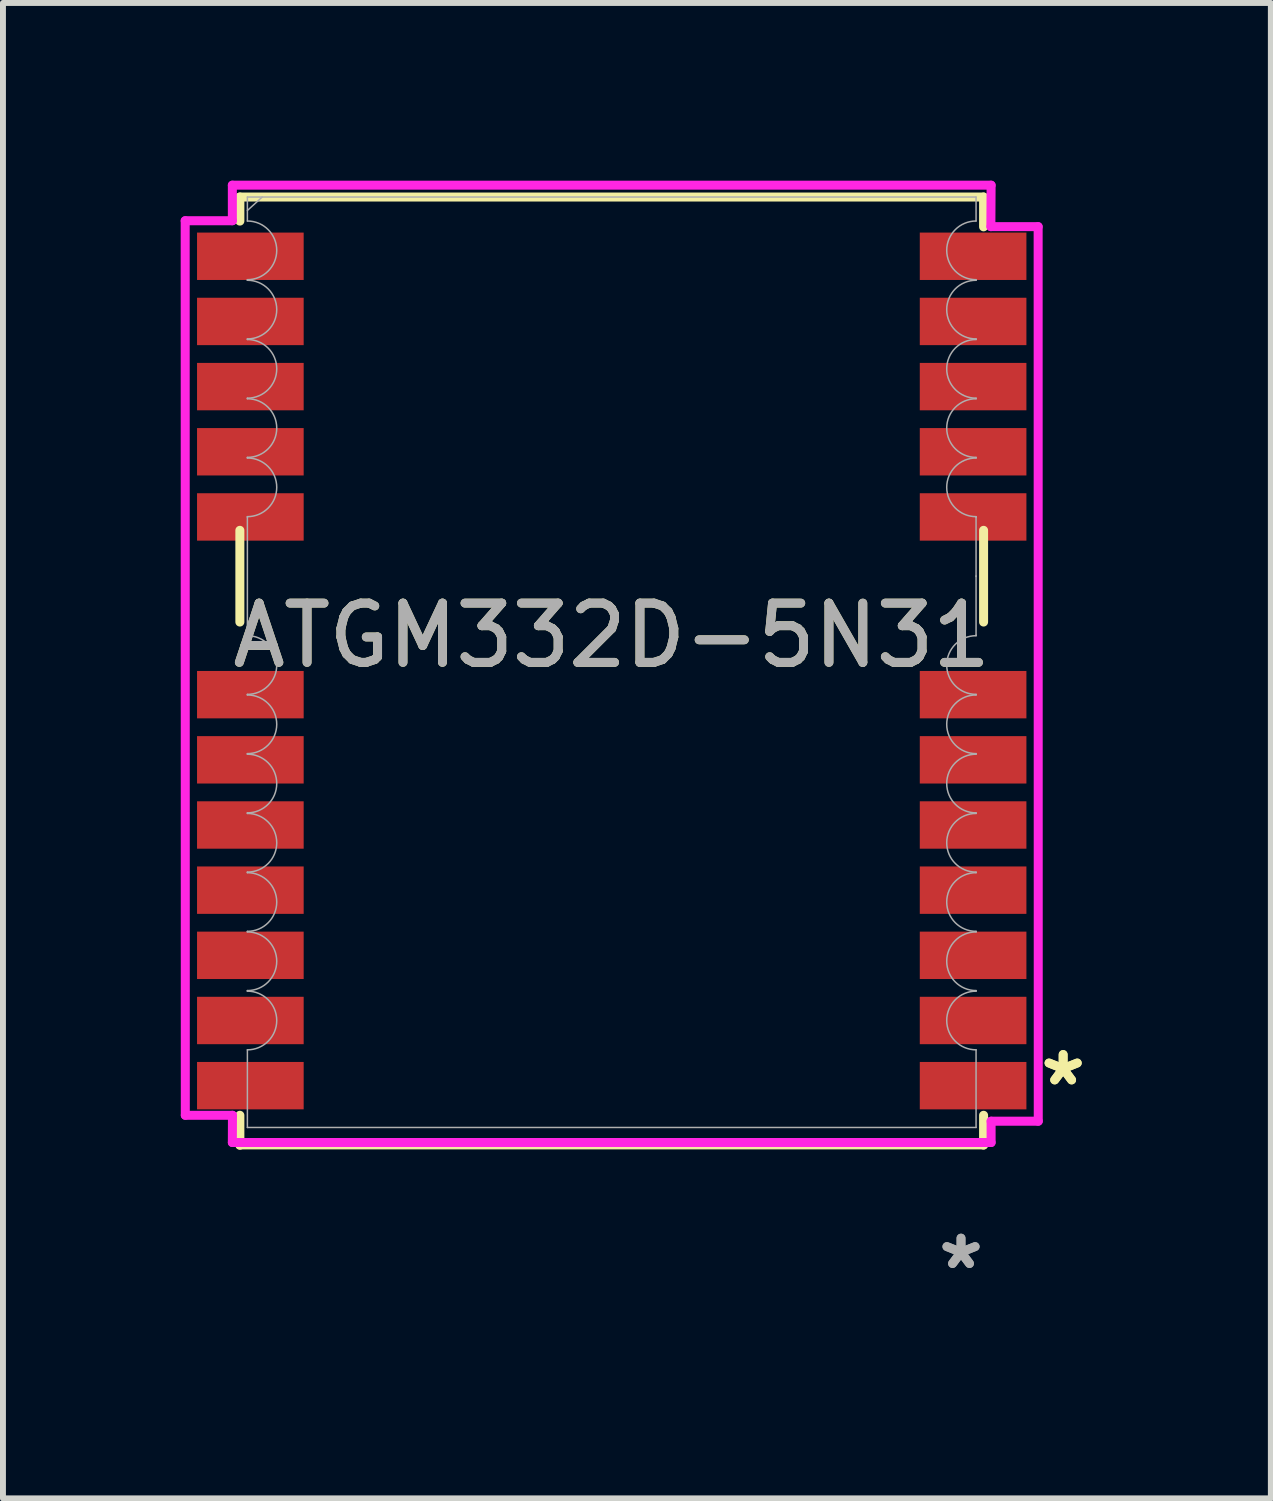
<source format=kicad_pcb>
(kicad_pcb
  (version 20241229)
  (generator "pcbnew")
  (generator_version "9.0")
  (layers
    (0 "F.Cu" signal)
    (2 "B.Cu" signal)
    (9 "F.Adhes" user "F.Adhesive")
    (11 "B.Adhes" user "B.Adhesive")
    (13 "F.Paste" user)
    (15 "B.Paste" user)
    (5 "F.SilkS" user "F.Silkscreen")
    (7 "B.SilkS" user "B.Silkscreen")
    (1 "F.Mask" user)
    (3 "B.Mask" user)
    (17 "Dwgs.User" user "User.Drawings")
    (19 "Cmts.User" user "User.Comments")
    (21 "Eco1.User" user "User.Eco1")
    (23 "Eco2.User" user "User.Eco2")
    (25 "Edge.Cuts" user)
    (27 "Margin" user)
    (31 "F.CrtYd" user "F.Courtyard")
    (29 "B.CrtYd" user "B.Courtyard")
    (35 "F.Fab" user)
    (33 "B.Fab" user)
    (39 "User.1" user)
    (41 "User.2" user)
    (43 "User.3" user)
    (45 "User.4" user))
  (footprint "ATGM332D-5N31"
    (layer "F.Cu")
    (at 7.276 7.676)
    (property "Reference" "ATGM332D-5N31" (at 0 0 0) (unlocked yes) (layer "F.SilkS") (effects (font (size 1 1) (thickness 0.15))))
    (attr smd)
    (fp_line (start -6.277 -6.994) (end -6.277 -7.4) (stroke (width 0.152) (type solid)) (layer "F.SilkS"))
    (fp_line (start -6.277 -1.774) (end -6.277 -0.226) (stroke (width 0.152) (type solid)) (layer "F.SilkS"))
    (fp_line (start -6.277 8.1) (end -6.277 8.606) (stroke (width 0.152) (type solid)) (layer "F.SilkS"))
    (fp_line (start -6.277 8.6) (end 6.277 8.6) (stroke (width 0.152) (type solid)) (layer "F.SilkS"))
    (fp_line (start 6.277 -7.4) (end -6.277 -7.4) (stroke (width 0.152) (type solid)) (layer "F.SilkS"))
    (fp_line (start 6.277 -6.897) (end 6.277 -7.4) (stroke (width 0.152) (type solid)) (layer "F.SilkS"))
    (fp_line (start 6.277 -0.226) (end 6.277 -1.774) (stroke (width 0.152) (type solid)) (layer "F.SilkS"))
    (fp_line (start 6.277 8.603) (end 6.277 8.1) (stroke (width 0.152) (type solid)) (layer "F.SilkS"))
    (fp_line (start -7.2 -7) (end -6.404 -7) (stroke (width 0.152) (type solid)) (layer "F.CrtYd"))
    (fp_line (start -7.198 8.1) (end -7.2 -7) (stroke (width 0.152) (type solid)) (layer "F.CrtYd"))
    (fp_line (start -7.198 8.1) (end -6.402 8.1) (stroke (width 0.152) (type solid)) (layer "F.CrtYd"))
    (fp_line (start -6.404 -7.6) (end 6.404 -7.6) (stroke (width 0.152) (type solid)) (layer "F.CrtYd"))
    (fp_line (start -6.404 -7) (end -6.404 -7.6) (stroke (width 0.152) (type solid)) (layer "F.CrtYd"))
    (fp_line (start -6.404 8.56) (end -6.402 8.1) (stroke (width 0.152) (type solid)) (layer "F.CrtYd"))
    (fp_line (start 6.404 -7.6) (end 6.4 -6.9) (stroke (width 0.152) (type solid)) (layer "F.CrtYd"))
    (fp_line (start 6.404 8.2) (end 6.404 8.56) (stroke (width 0.152) (type solid)) (layer "F.CrtYd"))
    (fp_line (start 6.404 8.56) (end -6.404 8.56) (stroke (width 0.152) (type solid)) (layer "F.CrtYd"))
    (fp_line (start 7.198 -6.9) (end 6.402 -6.9) (stroke (width 0.152) (type solid)) (layer "F.CrtYd"))
    (fp_line (start 7.198 -6.9) (end 7.2 8.2) (stroke (width 0.152) (type solid)) (layer "F.CrtYd"))
    (fp_line (start 7.2 8.2) (end 6.404 8.2) (stroke (width 0.152) (type solid)) (layer "F.CrtYd"))
    (fp_line (start -6.15 -7.4) (end 6.15 -7.4) (stroke (width 0.025) (type solid)) (layer "F.Fab"))
    (fp_line (start -6.15 -6.995) (end -6.15 -7.4) (stroke (width 0.025) (type solid)) (layer "F.Fab"))
    (fp_line (start -6.15 6.995) (end -6.15 8.306) (stroke (width 0.025) (type solid)) (layer "F.Fab"))
    (fp_line (start -6.15 8.306) (end 6.15 8.306) (stroke (width 0.025) (type solid)) (layer "F.Fab"))
    (fp_line (start -6.15 -6.005) (end -6.15 -5.995) (stroke (width 0.025) (type solid)) (layer "F.Fab"))
    (fp_line (start -6.15 -5.005) (end -6.15 -4.995) (stroke (width 0.025) (type solid)) (layer "F.Fab"))
    (fp_line (start -6.15 -4.005) (end -6.15 -3.995) (stroke (width 0.025) (type solid)) (layer "F.Fab"))
    (fp_line (start -6.15 -3.005) (end -6.15 -2.995) (stroke (width 0.025) (type solid)) (layer "F.Fab"))
    (fp_line (start -6.15 -2.005) (end -6.15 -1.995) (stroke (width 0.025) (type solid)) (layer "F.Fab"))
    (fp_line (start -6.15 -0.005) (end -6.15 -1.995) (stroke (width 0.025) (type solid)) (layer "F.Fab"))
    (fp_line (start -6.15 -0.005) (end -6.15 0.005) (stroke (width 0.025) (type solid)) (layer "F.Fab"))
    (fp_line (start -6.15 0.995) (end -6.15 1.005) (stroke (width 0.025) (type solid)) (layer "F.Fab"))
    (fp_line (start -6.15 1.995) (end -6.15 2.005) (stroke (width 0.025) (type solid)) (layer "F.Fab"))
    (fp_line (start -6.15 2.995) (end -6.15 3.005) (stroke (width 0.025) (type solid)) (layer "F.Fab"))
    (fp_line (start -6.15 3.995) (end -6.15 4.005) (stroke (width 0.025) (type solid)) (layer "F.Fab"))
    (fp_line (start -6.15 4.995) (end -6.15 5.005) (stroke (width 0.025) (type solid)) (layer "F.Fab"))
    (fp_line (start -6.15 5.995) (end -6.15 6.005) (stroke (width 0.025) (type solid)) (layer "F.Fab"))
    (fp_line (start -5.9 -7.4) (end -6.15 -7.173) (stroke (width 0.025) (type solid)) (layer "F.Fab"))
    (fp_line (start 6.15 -6.005) (end 6.15 -5.995) (stroke (width 0.025) (type solid)) (layer "F.Fab"))
    (fp_line (start 6.15 -5.005) (end 6.15 -4.995) (stroke (width 0.025) (type solid)) (layer "F.Fab"))
    (fp_line (start 6.15 -4.005) (end 6.15 -3.995) (stroke (width 0.025) (type solid)) (layer "F.Fab"))
    (fp_line (start 6.15 -3.005) (end 6.15 -2.995) (stroke (width 0.025) (type solid)) (layer "F.Fab"))
    (fp_line (start 6.15 -2.005) (end 6.15 -1.995) (stroke (width 0.025) (type solid)) (layer "F.Fab"))
    (fp_line (start 6.15 -1.005) (end 6.15 -0.995) (stroke (width 0.025) (type solid)) (layer "F.Fab"))
    (fp_line (start 6.15 -0.005) (end 6.15 -1.995) (stroke (width 0.025) (type solid)) (layer "F.Fab"))
    (fp_line (start 6.15 -0.005) (end 6.15 0.005) (stroke (width 0.025) (type solid)) (layer "F.Fab"))
    (fp_line (start 6.15 0.995) (end 6.15 1.005) (stroke (width 0.025) (type solid)) (layer "F.Fab"))
    (fp_line (start 6.15 1.995) (end 6.15 2.005) (stroke (width 0.025) (type solid)) (layer "F.Fab"))
    (fp_line (start 6.15 2.995) (end 6.15 3.005) (stroke (width 0.025) (type solid)) (layer "F.Fab"))
    (fp_line (start 6.15 3.995) (end 6.15 4.005) (stroke (width 0.025) (type solid)) (layer "F.Fab"))
    (fp_line (start 6.15 4.995) (end 6.15 5.005) (stroke (width 0.025) (type solid)) (layer "F.Fab"))
    (fp_line (start 6.15 5.995) (end 6.15 6.005) (stroke (width 0.025) (type solid)) (layer "F.Fab"))
    (fp_line (start 6.15 -6.995) (end 6.15 -7.4) (stroke (width 0.025) (type solid)) (layer "F.Fab"))
    (fp_line (start 6.15 6.995) (end 6.15 8.306) (stroke (width 0.025) (type solid)) (layer "F.Fab"))
    (fp_arc (start -6.15 -6.9953) (mid -5.6547 -6.5) (end -6.15 -6.0047) (stroke (width 0.0254) (type solid)) (layer "F.Fab"))
    (fp_arc (start -6.15 -5.995299) (mid -5.6547 -5.499999) (end -6.15 -5.004699) (stroke (width 0.0254) (type solid)) (layer "F.Fab"))
    (fp_arc (start -6.15 -4.995299) (mid -5.6547 -4.499999) (end -6.15 -4.004699) (stroke (width 0.0254) (type solid)) (layer "F.Fab"))
    (fp_arc (start -6.15 -3.995301) (mid -5.6547 -3.500001) (end -6.15 -3.004701) (stroke (width 0.0254) (type solid)) (layer "F.Fab"))
    (fp_arc (start -6.15 -2.9953) (mid -5.6547 -2.5) (end -6.15 -2.0047) (stroke (width 0.0254) (type solid)) (layer "F.Fab"))
    (fp_arc (start -6.15 0.004702) (mid -5.6547 0.500002) (end -6.15 0.995302) (stroke (width 0.0254) (type solid)) (layer "F.Fab"))
    (fp_arc (start -6.15 1.0047) (mid -5.6547 1.5) (end -6.15 1.9953) (stroke (width 0.0254) (type solid)) (layer "F.Fab"))
    (fp_arc (start -6.15 2.0047) (mid -5.6547 2.5) (end -6.15 2.9953) (stroke (width 0.0254) (type solid)) (layer "F.Fab"))
    (fp_arc (start -6.15 3.004701) (mid -5.6547 3.500001) (end -6.15 3.995301) (stroke (width 0.0254) (type solid)) (layer "F.Fab"))
    (fp_arc (start -6.15 4.004701) (mid -5.6547 4.500001) (end -6.15 4.995301) (stroke (width 0.0254) (type solid)) (layer "F.Fab"))
    (fp_arc (start -6.15 5.004699) (mid -5.6547 5.499999) (end -6.15 5.995299) (stroke (width 0.0254) (type solid)) (layer "F.Fab"))
    (fp_arc (start -6.15 6.0047) (mid -5.6547 6.5) (end -6.15 6.9953) (stroke (width 0.0254) (type solid)) (layer "F.Fab"))
    (fp_arc (start 6.15 -6.0047) (mid 5.6547 -6.5) (end 6.15 -6.9953) (stroke (width 0.0254) (type solid)) (layer "F.Fab"))
    (fp_arc (start 6.15 -5.004699) (mid 5.6547 -5.499999) (end 6.15 -5.995299) (stroke (width 0.0254) (type solid)) (layer "F.Fab"))
    (fp_arc (start 6.15 -4.004699) (mid 5.6547 -4.499999) (end 6.15 -4.995299) (stroke (width 0.0254) (type solid)) (layer "F.Fab"))
    (fp_arc (start 6.15 -3.004701) (mid 5.6547 -3.500001) (end 6.15 -3.995301) (stroke (width 0.0254) (type solid)) (layer "F.Fab"))
    (fp_arc (start 6.15 -2.0047) (mid 5.6547 -2.5) (end 6.15 -2.9953) (stroke (width 0.0254) (type solid)) (layer "F.Fab"))
    (fp_arc (start 6.15 0.995302) (mid 5.6547 0.500002) (end 6.15 0.004702) (stroke (width 0.0254) (type solid)) (layer "F.Fab"))
    (fp_arc (start 6.15 1.9953) (mid 5.6547 1.5) (end 6.15 1.0047) (stroke (width 0.0254) (type solid)) (layer "F.Fab"))
    (fp_arc (start 6.15 2.9953) (mid 5.6547 2.5) (end 6.15 2.0047) (stroke (width 0.0254) (type solid)) (layer "F.Fab"))
    (fp_arc (start 6.15 3.995301) (mid 5.6547 3.500001) (end 6.15 3.004701) (stroke (width 0.0254) (type solid)) (layer "F.Fab"))
    (fp_arc (start 6.15 4.995301) (mid 5.6547 4.500001) (end 6.15 4.004701) (stroke (width 0.0254) (type solid)) (layer "F.Fab"))
    (fp_arc (start 6.15 5.995299) (mid 5.6547 5.499999) (end 6.15 5.004699) (stroke (width 0.0254) (type solid)) (layer "F.Fab"))
    (fp_arc (start 6.15 6.9953) (mid 5.6547 6.5) (end 6.15 6.0047) (stroke (width 0.0254) (type solid)) (layer "F.Fab"))
    (fp_text user "*" (at 7.62 7.62 0) (layer "F.SilkS") (effects (font (size 1 1) (thickness 0.15))))
    (fp_text user "*" (at 7.62 7.62 0) (unlocked yes) (layer "F.SilkS") (effects (font (size 1 1) (thickness 0.15))))
    (fp_text user "*" (at 5.896 10.719 0) (unlocked yes) (layer "F.Fab") (effects (font (size 1 1) (thickness 0.15))))
    (fp_text user "*" (at 5.896 10.719 0) (layer "F.Fab") (effects (font (size 1 1) (thickness 0.15))))
    (fp_text user "${REFERENCE}" (at 0 0 0) (unlocked yes) (layer "F.Fab") (effects (font (size 1 1) (thickness 0.15))))
    (pad "1" smd rect (at 6.1 7.6) (size 1.8 0.8) (layers "F.Cu" "F.Mask" "F.Paste"))
    (pad "2" smd rect (at 6.1 6.5) (size 1.8 0.8) (layers "F.Cu" "F.Mask" "F.Paste"))
    (pad "3" smd rect (at 6.1 5.4) (size 1.8 0.8) (layers "F.Cu" "F.Mask" "F.Paste"))
    (pad "4" smd rect (at 6.1 4.3) (size 1.8 0.8) (layers "F.Cu" "F.Mask" "F.Paste"))
    (pad "5" smd rect (at 6.1 3.2) (size 1.8 0.8) (layers "F.Cu" "F.Mask" "F.Paste"))
    (pad "6" smd rect (at 6.1 2.1) (size 1.8 0.8) (layers "F.Cu" "F.Mask" "F.Paste"))
    (pad "7" smd rect (at 6.1 1) (size 1.8 0.8) (layers "F.Cu" "F.Mask" "F.Paste"))
    (pad "8" smd rect (at 6.1 -2) (size 1.8 0.8) (layers "F.Cu" "F.Mask" "F.Paste"))
    (pad "9" smd rect (at 6.1 -3.1) (size 1.8 0.8) (layers "F.Cu" "F.Mask" "F.Paste"))
    (pad "10" smd rect (at 6.1 -4.2) (size 1.8 0.8) (layers "F.Cu" "F.Mask" "F.Paste"))
    (pad "11" smd rect (at 6.1 -5.3) (size 1.8 0.8) (layers "F.Cu" "F.Mask" "F.Paste"))
    (pad "12" smd rect (at 6.1 -6.4) (size 1.8 0.8) (layers "F.Cu" "F.Mask" "F.Paste"))
    (pad "13" smd rect (at -6.1 -6.4) (size 1.8 0.8) (layers "F.Cu" "F.Mask" "F.Paste"))
    (pad "14" smd rect (at -6.1 -5.3) (size 1.8 0.8) (layers "F.Cu" "F.Mask" "F.Paste"))
    (pad "15" smd rect (at -6.1 -4.2) (size 1.8 0.8) (layers "F.Cu" "F.Mask" "F.Paste"))
    (pad "16" smd rect (at -6.1 -3.1) (size 1.8 0.8) (layers "F.Cu" "F.Mask" "F.Paste"))
    (pad "17" smd rect (at -6.1 -2) (size 1.8 0.8) (layers "F.Cu" "F.Mask" "F.Paste"))
    (pad "18" smd rect (at -6.1 1) (size 1.8 0.8) (layers "F.Cu" "F.Mask" "F.Paste"))
    (pad "19" smd rect (at -6.1 2.1) (size 1.8 0.8) (layers "F.Cu" "F.Mask" "F.Paste"))
    (pad "20" smd rect (at -6.1 3.2) (size 1.8 0.8) (layers "F.Cu" "F.Mask" "F.Paste"))
    (pad "21" smd rect (at -6.1 4.3) (size 1.8 0.8) (layers "F.Cu" "F.Mask" "F.Paste"))
    (pad "22" smd rect (at -6.1 5.4) (size 1.8 0.8) (layers "F.Cu" "F.Mask" "F.Paste"))
    (pad "23" smd rect (at -6.1 6.5) (size 1.8 0.8) (layers "F.Cu" "F.Mask" "F.Paste"))
    (pad "24" smd rect (at -6.1 7.6) (size 1.8 0.8) (layers "F.Cu" "F.Mask" "F.Paste")))
  (gr_rect
    (start -3 -3)
    (end 18.402 22.243)
    (stroke (width 0.1) (type default))
    (fill no)
    (layer "Edge.Cuts")))
</source>
